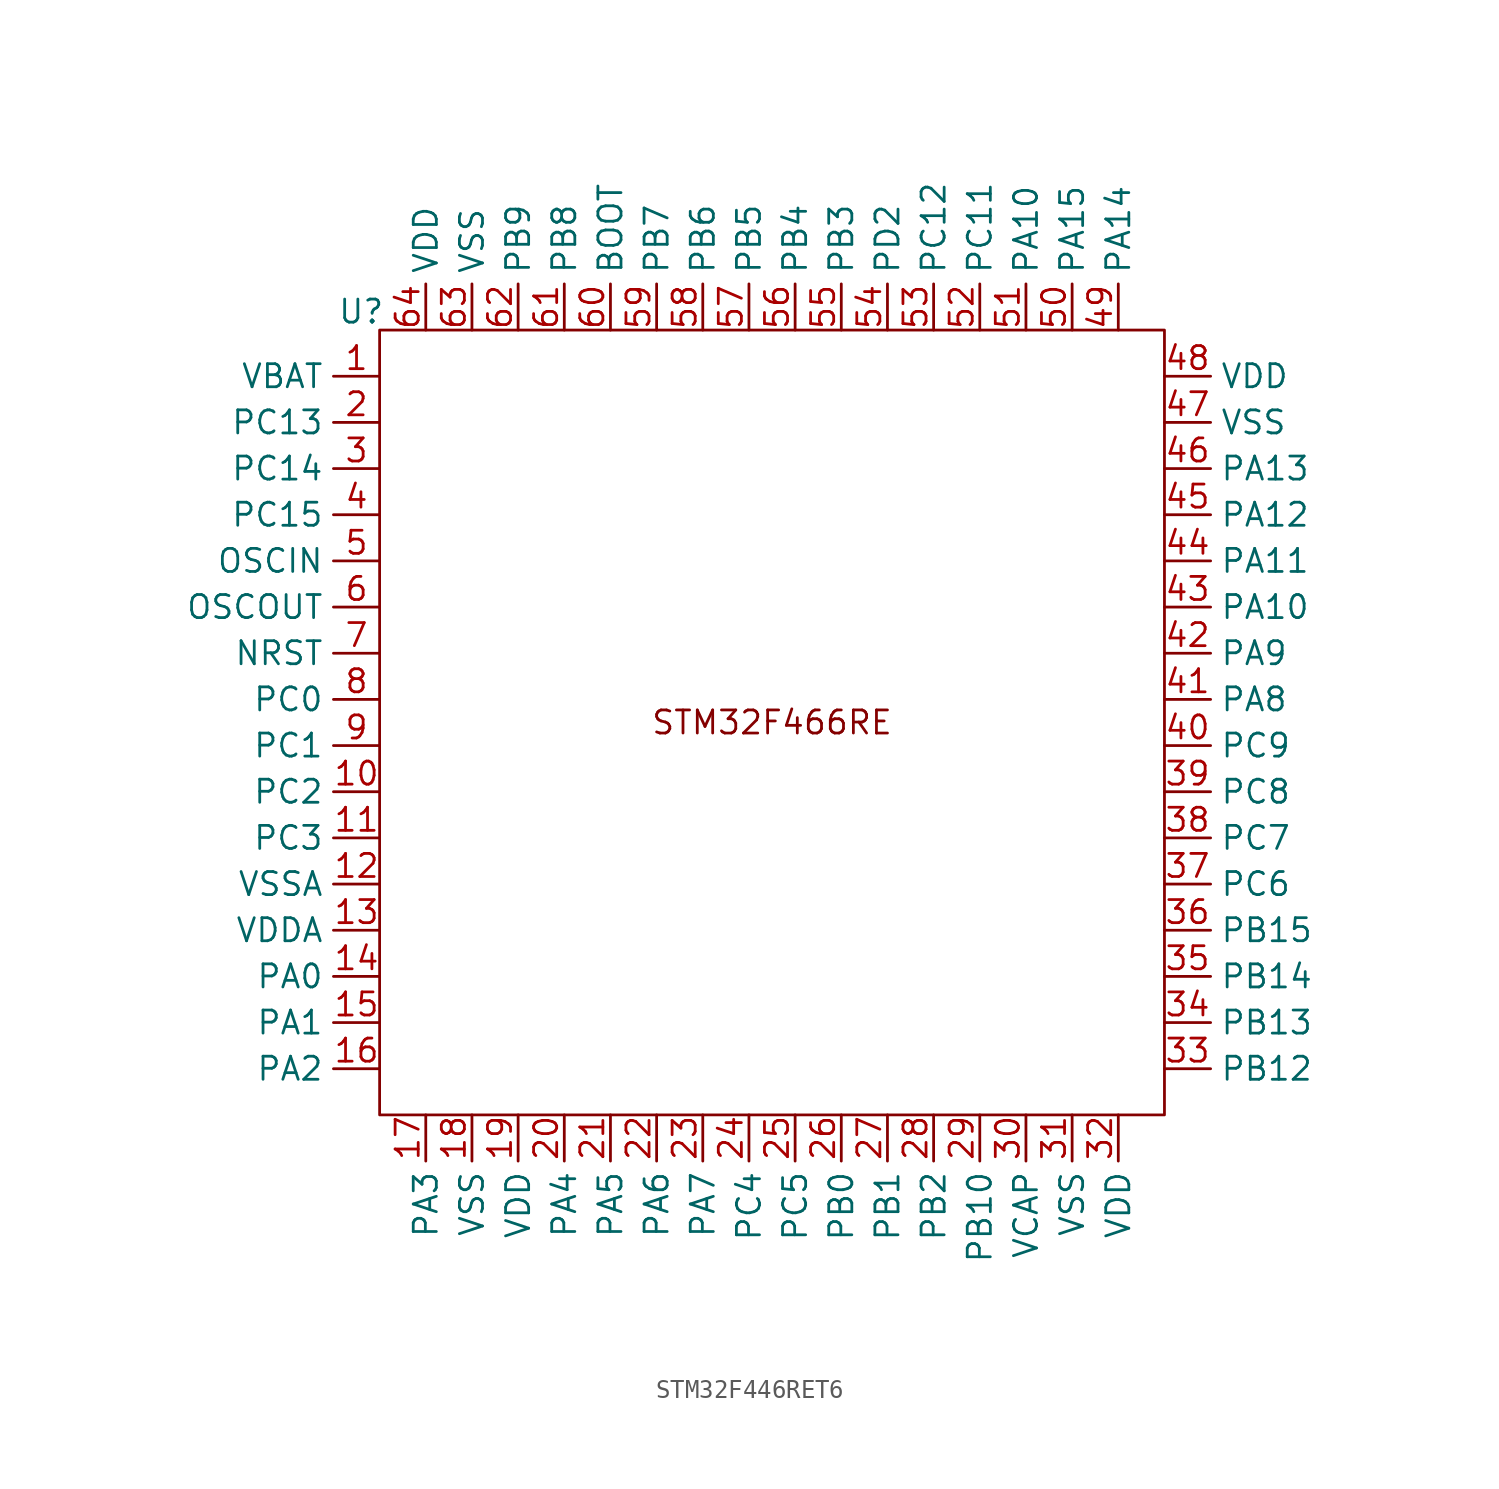
<source format=kicad_sym>
(kicad_symbol_lib
  (version 20241209)
  (generator "kicad_symbol_editor")
  (generator_version "9.0")
  (symbol "STM32F446RET6"
    (property "Reference" "U"
      (at -1.016 1.016 0)
      (effects (font (size 1.27 1.27))))
    (property "Value" ""
      (at 0 0 0)
      (effects (font (size 1.27 1.27))))
    (symbol "STM32F446RET6_0_1"
      (rectangle (start 0 0) (end 43.18 -43.18) (stroke (width 0) (type default)) (fill (type none))))
    (symbol "STM32F446RET6_1_1"
      (text "STM32F466RE\n" (at 21.59 -21.59 0) (effects (font (size 1.27 1.27))))
      (pin bidirectional line (at 0 -2.54 180) (length 2.54) (name "VBAT" (effects (font (size 1.27 1.27)))) (number "1" (effects (font (size 1.27 1.27)))))
      (pin bidirectional line (at 0 -5.08 180) (length 2.54) (name "PC13" (effects (font (size 1.27 1.27)))) (number "2" (effects (font (size 1.27 1.27)))))
      (pin bidirectional line (at 0 -7.62 180) (length 2.54) (name "PC14" (effects (font (size 1.27 1.27)))) (number "3" (effects (font (size 1.27 1.27)))))
      (pin bidirectional line (at 0 -10.16 180) (length 2.54) (name "PC15" (effects (font (size 1.27 1.27)))) (number "4" (effects (font (size 1.27 1.27)))))
      (pin bidirectional line (at 0 -12.7 180) (length 2.54) (name "OSCIN" (effects (font (size 1.27 1.27)))) (number "5" (effects (font (size 1.27 1.27)))))
      (pin bidirectional line (at 0 -15.24 180) (length 2.54) (name "OSCOUT" (effects (font (size 1.27 1.27)))) (number "6" (effects (font (size 1.27 1.27)))))
      (pin bidirectional line (at 0 -17.78 180) (length 2.54) (name "NRST" (effects (font (size 1.27 1.27)))) (number "7" (effects (font (size 1.27 1.27)))))
      (pin bidirectional line (at 0 -20.32 180) (length 2.54) (name "PC0" (effects (font (size 1.27 1.27)))) (number "8" (effects (font (size 1.27 1.27)))))
      (pin bidirectional line (at 0 -22.86 180) (length 2.54) (name "PC1" (effects (font (size 1.27 1.27)))) (number "9" (effects (font (size 1.27 1.27)))))
      (pin bidirectional line (at 0 -25.4 180) (length 2.54) (name "PC2" (effects (font (size 1.27 1.27)))) (number "10" (effects (font (size 1.27 1.27)))))
      (pin bidirectional line (at 0 -27.94 180) (length 2.54) (name "PC3" (effects (font (size 1.27 1.27)))) (number "11" (effects (font (size 1.27 1.27)))))
      (pin bidirectional line (at 0 -30.48 180) (length 2.54) (name "VSSA" (effects (font (size 1.27 1.27)))) (number "12" (effects (font (size 1.27 1.27)))))
      (pin bidirectional line (at 0 -33.02 180) (length 2.54) (name "VDDA" (effects (font (size 1.27 1.27)))) (number "13" (effects (font (size 1.27 1.27)))))
      (pin bidirectional line (at 0 -35.56 180) (length 2.54) (name "PA0" (effects (font (size 1.27 1.27)))) (number "14" (effects (font (size 1.27 1.27)))))
      (pin bidirectional line (at 0 -38.1 180) (length 2.54) (name "PA1" (effects (font (size 1.27 1.27)))) (number "15" (effects (font (size 1.27 1.27)))))
      (pin bidirectional line (at 0 -40.64 180) (length 2.54) (name "PA2" (effects (font (size 1.27 1.27)))) (number "16" (effects (font (size 1.27 1.27)))))
      (pin bidirectional line (at 2.54 0 90) (length 2.54) (name "VDD" (effects (font (size 1.27 1.27)))) (number "64" (effects (font (size 1.27 1.27)))))
      (pin bidirectional line (at 2.54 -43.18 270) (length 2.54) (name "PA3" (effects (font (size 1.27 1.27)))) (number "17" (effects (font (size 1.27 1.27)))))
      (pin bidirectional line (at 5.08 0 90) (length 2.54) (name "VSS" (effects (font (size 1.27 1.27)))) (number "63" (effects (font (size 1.27 1.27)))))
      (pin bidirectional line (at 5.08 -43.18 270) (length 2.54) (name "VSS" (effects (font (size 1.27 1.27)))) (number "18" (effects (font (size 1.27 1.27)))))
      (pin bidirectional line (at 7.62 0 90) (length 2.54) (name "PB9" (effects (font (size 1.27 1.27)))) (number "62" (effects (font (size 1.27 1.27)))))
      (pin bidirectional line (at 7.62 -43.18 270) (length 2.54) (name "VDD" (effects (font (size 1.27 1.27)))) (number "19" (effects (font (size 1.27 1.27)))))
      (pin bidirectional line (at 10.16 0 90) (length 2.54) (name "PB8" (effects (font (size 1.27 1.27)))) (number "61" (effects (font (size 1.27 1.27)))))
      (pin bidirectional line (at 10.16 -43.18 270) (length 2.54) (name "PA4" (effects (font (size 1.27 1.27)))) (number "20" (effects (font (size 1.27 1.27)))))
      (pin bidirectional line (at 12.7 0 90) (length 2.54) (name "BOOT" (effects (font (size 1.27 1.27)))) (number "60" (effects (font (size 1.27 1.27)))))
      (pin bidirectional line (at 12.7 -43.18 270) (length 2.54) (name "PA5" (effects (font (size 1.27 1.27)))) (number "21" (effects (font (size 1.27 1.27)))))
      (pin bidirectional line (at 15.24 0 90) (length 2.54) (name "PB7" (effects (font (size 1.27 1.27)))) (number "59" (effects (font (size 1.27 1.27)))))
      (pin bidirectional line (at 15.24 -43.18 270) (length 2.54) (name "PA6" (effects (font (size 1.27 1.27)))) (number "22" (effects (font (size 1.27 1.27)))))
      (pin bidirectional line (at 17.78 0 90) (length 2.54) (name "PB6" (effects (font (size 1.27 1.27)))) (number "58" (effects (font (size 1.27 1.27)))))
      (pin bidirectional line (at 17.78 -43.18 270) (length 2.54) (name "PA7" (effects (font (size 1.27 1.27)))) (number "23" (effects (font (size 1.27 1.27)))))
      (pin bidirectional line (at 20.32 0 90) (length 2.54) (name "PB5" (effects (font (size 1.27 1.27)))) (number "57" (effects (font (size 1.27 1.27)))))
      (pin bidirectional line (at 20.32 -43.18 270) (length 2.54) (name "PC4" (effects (font (size 1.27 1.27)))) (number "24" (effects (font (size 1.27 1.27)))))
      (pin bidirectional line (at 22.86 0 90) (length 2.54) (name "PB4" (effects (font (size 1.27 1.27)))) (number "56" (effects (font (size 1.27 1.27)))))
      (pin bidirectional line (at 22.86 -43.18 270) (length 2.54) (name "PC5" (effects (font (size 1.27 1.27)))) (number "25" (effects (font (size 1.27 1.27)))))
      (pin bidirectional line (at 25.4 0 90) (length 2.54) (name "PB3" (effects (font (size 1.27 1.27)))) (number "55" (effects (font (size 1.27 1.27)))))
      (pin bidirectional line (at 25.4 -43.18 270) (length 2.54) (name "PB0" (effects (font (size 1.27 1.27)))) (number "26" (effects (font (size 1.27 1.27)))))
      (pin bidirectional line (at 27.94 0 90) (length 2.54) (name "PD2" (effects (font (size 1.27 1.27)))) (number "54" (effects (font (size 1.27 1.27)))))
      (pin bidirectional line (at 27.94 -43.18 270) (length 2.54) (name "PB1" (effects (font (size 1.27 1.27)))) (number "27" (effects (font (size 1.27 1.27)))))
      (pin bidirectional line (at 30.48 0 90) (length 2.54) (name "PC12" (effects (font (size 1.27 1.27)))) (number "53" (effects (font (size 1.27 1.27)))))
      (pin bidirectional line (at 30.48 -43.18 270) (length 2.54) (name "PB2" (effects (font (size 1.27 1.27)))) (number "28" (effects (font (size 1.27 1.27)))))
      (pin bidirectional line (at 33.02 0 90) (length 2.54) (name "PC11" (effects (font (size 1.27 1.27)))) (number "52" (effects (font (size 1.27 1.27)))))
      (pin bidirectional line (at 33.02 -43.18 270) (length 2.54) (name "PB10" (effects (font (size 1.27 1.27)))) (number "29" (effects (font (size 1.27 1.27)))))
      (pin bidirectional line (at 35.56 0 90) (length 2.54) (name "PA10" (effects (font (size 1.27 1.27)))) (number "51" (effects (font (size 1.27 1.27)))))
      (pin bidirectional line (at 35.56 -43.18 270) (length 2.54) (name "VCAP" (effects (font (size 1.27 1.27)))) (number "30" (effects (font (size 1.27 1.27)))))
      (pin bidirectional line (at 38.1 0 90) (length 2.54) (name "PA15" (effects (font (size 1.27 1.27)))) (number "50" (effects (font (size 1.27 1.27)))))
      (pin bidirectional line (at 38.1 -43.18 270) (length 2.54) (name "VSS" (effects (font (size 1.27 1.27)))) (number "31" (effects (font (size 1.27 1.27)))))
      (pin bidirectional line (at 40.64 0 90) (length 2.54) (name "PA14" (effects (font (size 1.27 1.27)))) (number "49" (effects (font (size 1.27 1.27)))))
      (pin bidirectional line (at 40.64 -43.18 270) (length 2.54) (name "VDD" (effects (font (size 1.27 1.27)))) (number "32" (effects (font (size 1.27 1.27)))))
      (pin bidirectional line (at 43.18 -2.54 0) (length 2.54) (name "VDD" (effects (font (size 1.27 1.27)))) (number "48" (effects (font (size 1.27 1.27)))))
      (pin bidirectional line (at 43.18 -5.08 0) (length 2.54) (name "VSS" (effects (font (size 1.27 1.27)))) (number "47" (effects (font (size 1.27 1.27)))))
      (pin bidirectional line (at 43.18 -7.62 0) (length 2.54) (name "PA13" (effects (font (size 1.27 1.27)))) (number "46" (effects (font (size 1.27 1.27)))))
      (pin bidirectional line (at 43.18 -10.16 0) (length 2.54) (name "PA12" (effects (font (size 1.27 1.27)))) (number "45" (effects (font (size 1.27 1.27)))))
      (pin bidirectional line (at 43.18 -12.7 0) (length 2.54) (name "PA11" (effects (font (size 1.27 1.27)))) (number "44" (effects (font (size 1.27 1.27)))))
      (pin bidirectional line (at 43.18 -15.24 0) (length 2.54) (name "PA10" (effects (font (size 1.27 1.27)))) (number "43" (effects (font (size 1.27 1.27)))))
      (pin bidirectional line (at 43.18 -17.78 0) (length 2.54) (name "PA9" (effects (font (size 1.27 1.27)))) (number "42" (effects (font (size 1.27 1.27)))))
      (pin bidirectional line (at 43.18 -20.32 0) (length 2.54) (name "PA8" (effects (font (size 1.27 1.27)))) (number "41" (effects (font (size 1.27 1.27)))))
      (pin bidirectional line (at 43.18 -22.86 0) (length 2.54) (name "PC9" (effects (font (size 1.27 1.27)))) (number "40" (effects (font (size 1.27 1.27)))))
      (pin bidirectional line (at 43.18 -25.4 0) (length 2.54) (name "PC8" (effects (font (size 1.27 1.27)))) (number "39" (effects (font (size 1.27 1.27)))))
      (pin bidirectional line (at 43.18 -27.94 0) (length 2.54) (name "PC7" (effects (font (size 1.27 1.27)))) (number "38" (effects (font (size 1.27 1.27)))))
      (pin bidirectional line (at 43.18 -30.48 0) (length 2.54) (name "PC6" (effects (font (size 1.27 1.27)))) (number "37" (effects (font (size 1.27 1.27)))))
      (pin bidirectional line (at 43.18 -33.02 0) (length 2.54) (name "PB15" (effects (font (size 1.27 1.27)))) (number "36" (effects (font (size 1.27 1.27)))))
      (pin bidirectional line (at 43.18 -35.56 0) (length 2.54) (name "PB14" (effects (font (size 1.27 1.27)))) (number "35" (effects (font (size 1.27 1.27)))))
      (pin bidirectional line (at 43.18 -38.1 0) (length 2.54) (name "PB13" (effects (font (size 1.27 1.27)))) (number "34" (effects (font (size 1.27 1.27)))))
      (pin bidirectional line (at 43.18 -40.64 0) (length 2.54) (name "PB12" (effects (font (size 1.27 1.27)))) (number "33" (effects (font (size 1.27 1.27))))))))
</source>
